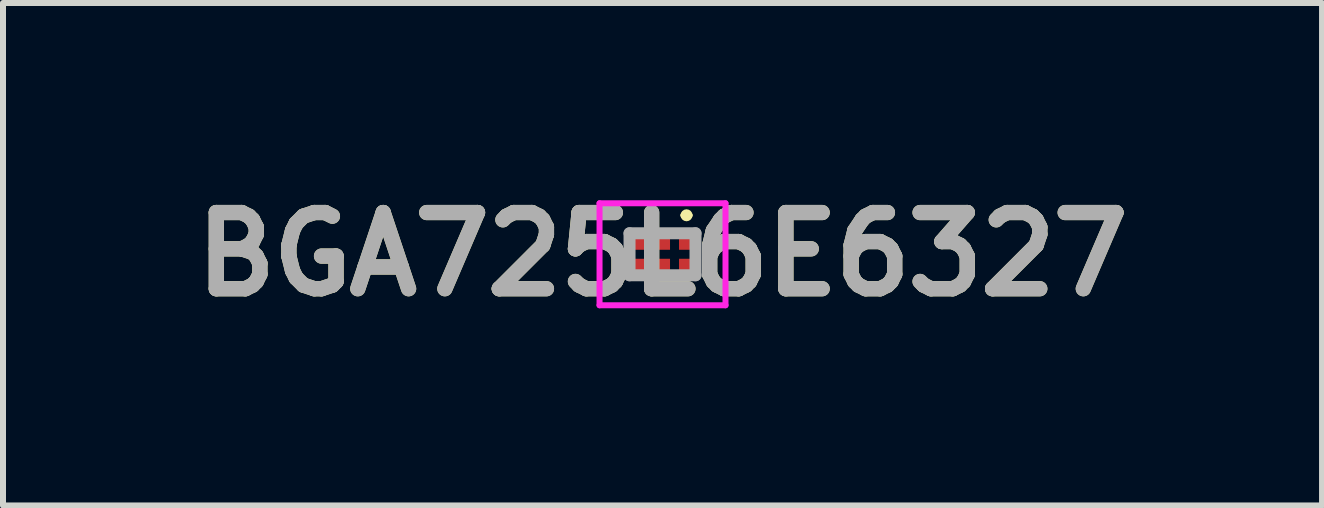
<source format=kicad_pcb>
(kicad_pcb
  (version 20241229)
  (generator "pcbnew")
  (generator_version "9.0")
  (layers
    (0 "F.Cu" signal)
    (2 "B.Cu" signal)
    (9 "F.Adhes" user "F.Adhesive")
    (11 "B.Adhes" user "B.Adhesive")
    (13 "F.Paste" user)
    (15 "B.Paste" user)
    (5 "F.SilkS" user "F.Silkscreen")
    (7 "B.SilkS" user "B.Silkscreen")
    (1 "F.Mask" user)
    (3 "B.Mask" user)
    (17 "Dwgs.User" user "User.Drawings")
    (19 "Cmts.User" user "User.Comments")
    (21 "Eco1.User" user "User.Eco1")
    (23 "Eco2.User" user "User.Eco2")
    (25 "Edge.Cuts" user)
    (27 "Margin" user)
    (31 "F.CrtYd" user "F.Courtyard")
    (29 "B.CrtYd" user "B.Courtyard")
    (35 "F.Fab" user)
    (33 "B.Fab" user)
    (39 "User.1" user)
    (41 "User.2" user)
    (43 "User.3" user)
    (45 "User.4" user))
  (footprint "BGA725L6E6327"
    (layer "F.Cu")
    (at 7.995 1.189)
    (property "Reference" "BGA725L6E6327" (at 0 0 0) (layer "F.SilkS") (effects (font (size 1.27 1.27) (thickness 0.254))))
    (attr smd)
    (fp_line (start 0.35 -0.65) (end 0.35 -0.65) (stroke (width 0.1) (type solid)) (layer "F.SilkS"))
    (fp_line (start 0.45 -0.65) (end 0.45 -0.65) (stroke (width 0.1) (type solid)) (layer "F.SilkS"))
    (fp_arc (start 0.35 -0.65) (mid 0.4 -0.7) (end 0.45 -0.65) (stroke (width 0.1) (type solid)) (layer "F.SilkS"))
    (fp_arc (start 0.45 -0.65) (mid 0.4 -0.6) (end 0.35 -0.65) (stroke (width 0.1) (type solid)) (layer "F.SilkS"))
    (fp_line (start -1.05 -0.85) (end 1.05 -0.85) (stroke (width 0.1) (type solid)) (layer "F.CrtYd"))
    (fp_line (start -1.05 0.85) (end -1.05 -0.85) (stroke (width 0.1) (type solid)) (layer "F.CrtYd"))
    (fp_line (start 1.05 -0.85) (end 1.05 0.85) (stroke (width 0.1) (type solid)) (layer "F.CrtYd"))
    (fp_line (start 1.05 0.85) (end -1.05 0.85) (stroke (width 0.1) (type solid)) (layer "F.CrtYd"))
    (fp_line (start -0.55 -0.35) (end 0.55 -0.35) (stroke (width 0.2) (type solid)) (layer "F.Fab"))
    (fp_line (start -0.55 0.35) (end -0.55 -0.35) (stroke (width 0.2) (type solid)) (layer "F.Fab"))
    (fp_line (start 0.55 -0.35) (end 0.55 0.35) (stroke (width 0.2) (type solid)) (layer "F.Fab"))
    (fp_line (start 0.55 0.35) (end -0.55 0.35) (stroke (width 0.2) (type solid)) (layer "F.Fab"))
    (fp_text user "${REFERENCE}" (at 0 0 0) (layer "F.Fab") (effects (font (size 1.27 1.27) (thickness 0.254))))
    (pad "1" smd rect (at 0.4 -0.2 90) (size 0.25 0.25) (layers "F.Cu" "F.Mask" "F.Paste"))
    (pad "2" smd rect (at 0 -0.2 90) (size 0.25 0.25) (layers "F.Cu" "F.Mask" "F.Paste"))
    (pad "3" smd rect (at -0.4 -0.2 90) (size 0.25 0.25) (layers "F.Cu" "F.Mask" "F.Paste"))
    (pad "4" smd rect (at -0.4 0.2 90) (size 0.25 0.25) (layers "F.Cu" "F.Mask" "F.Paste"))
    (pad "5" smd rect (at 0 0.2 90) (size 0.25 0.25) (layers "F.Cu" "F.Mask" "F.Paste"))
    (pad "6" smd rect (at 0.4 0.2 90) (size 0.25 0.25) (layers "F.Cu" "F.Mask" "F.Paste")))
  (gr_rect
    (start -3 -3)
    (end 18.99 5.377)
    (stroke (width 0.1) (type default))
    (fill no)
    (layer "Edge.Cuts")))
</source>
